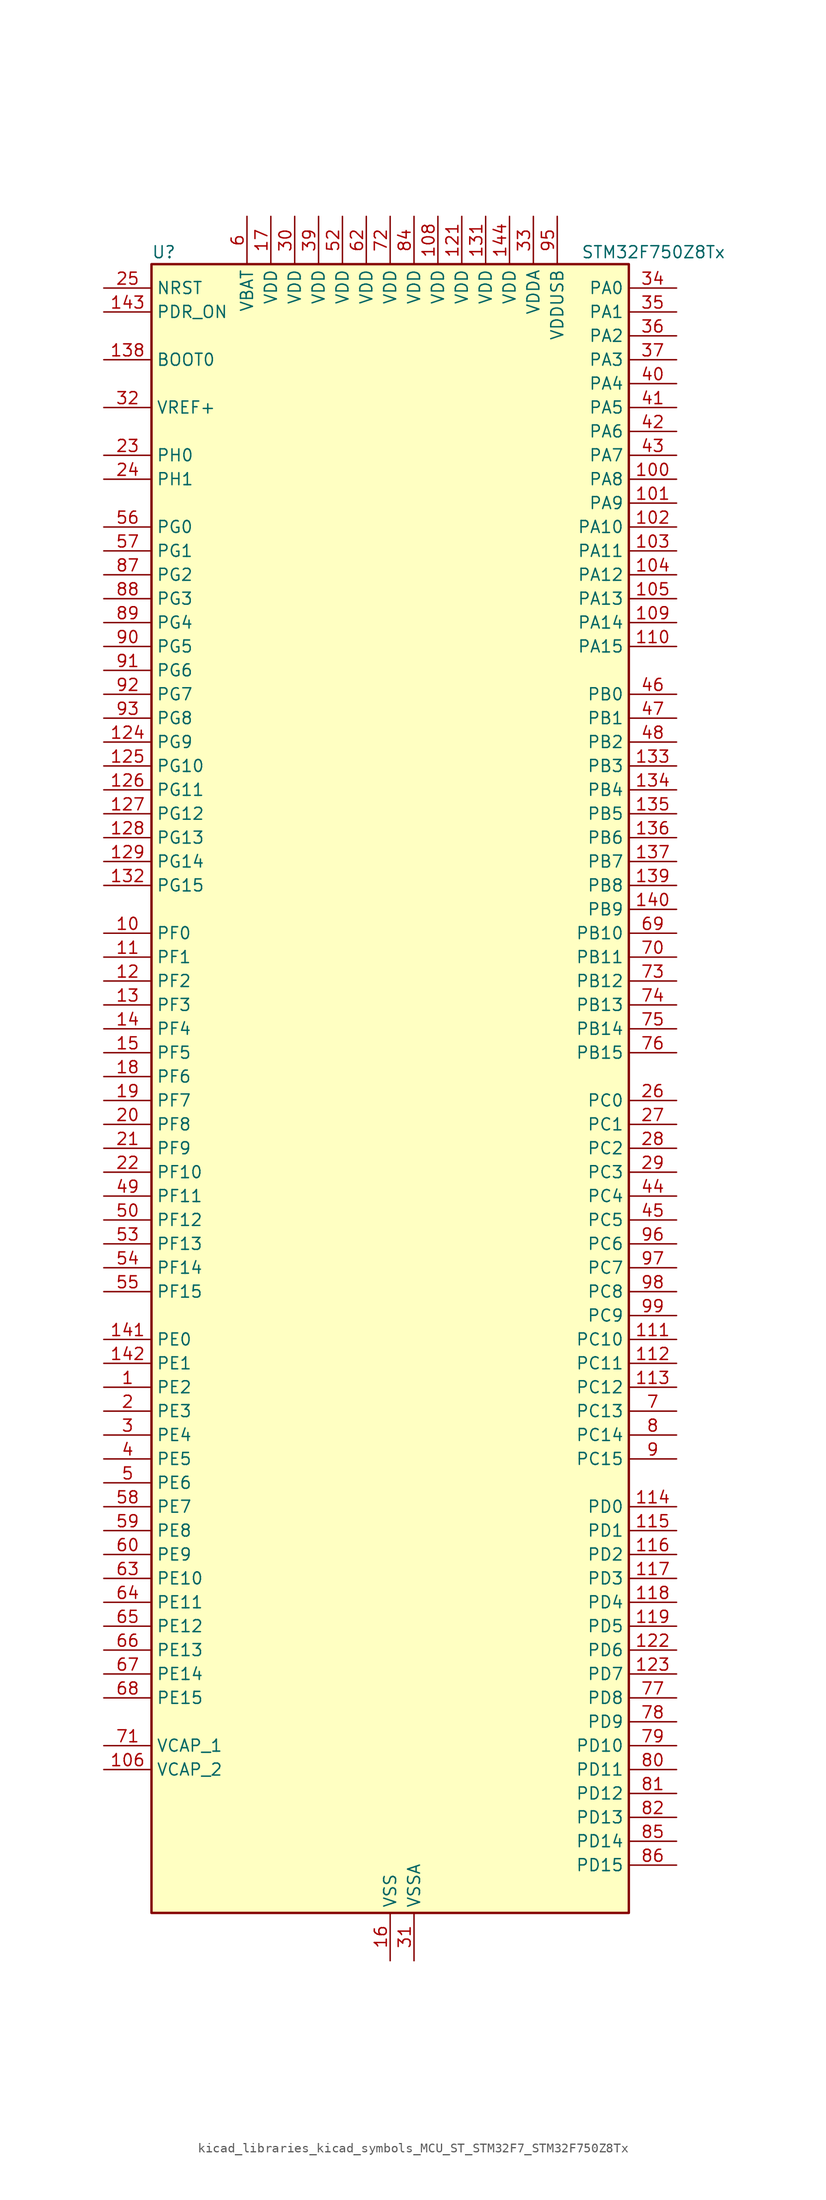
<source format=kicad_sym>
(kicad_symbol_lib
  (version 20220914)
  (generator kicad_symbol_editor)
  (symbol "kicad_libraries_kicad_symbols_MCU_ST_STM32F7_STM32F750Z8Tx"
    (property "Reference" "U"
      (at -25.4 90.17 0)
      (effects (font (size 1.27 1.27)) (justify left)))
    (property "Value" "STM32F750Z8Tx"
      (at 20.32 90.17 0)
      (effects (font (size 1.27 1.27)) (justify left)))
    (property "ki_locked" ""
      (at 0 0 0)
      (effects (font (size 1.27 1.27))))
    (symbol "kicad_libraries_kicad_symbols_MCU_ST_STM32F7_STM32F750Z8Tx_0_1"
      (rectangle (start -25.4 -86.36) (end 25.4 88.9) (stroke (width 0.254) (type default)) (fill (type background))))
    (symbol "kicad_libraries_kicad_symbols_MCU_ST_STM32F7_STM32F750Z8Tx_1_1"
      (pin bidirectional line (at -30.48 -30.48 0) (length 5.08) (name "PE2" (effects (font (size 1.27 1.27)))) (number "1" (effects (font (size 1.27 1.27)))) (alternate "ETH_TXD3" bidirectional line) (alternate "FMC_A23" bidirectional line) (alternate "QUADSPI_BK1_IO2" bidirectional line) (alternate "SAI1_MCLK_A" bidirectional line) (alternate "SPI4_SCK" bidirectional line) (alternate "SYS_TRACECLK" bidirectional line))
      (pin bidirectional line (at -30.48 17.78 0) (length 5.08) (name "PF0" (effects (font (size 1.27 1.27)))) (number "10" (effects (font (size 1.27 1.27)))) (alternate "FMC_A0" bidirectional line) (alternate "I2C2_SDA" bidirectional line))
      (pin bidirectional line (at 30.48 66.04 180) (length 5.08) (name "PA8" (effects (font (size 1.27 1.27)))) (number "100" (effects (font (size 1.27 1.27)))) (alternate "I2C3_SCL" bidirectional line) (alternate "LTDC_R6" bidirectional line) (alternate "RCC_MCO_1" bidirectional line) (alternate "TIM1_CH1" bidirectional line) (alternate "TIM8_BKIN2" bidirectional line) (alternate "USART1_CK" bidirectional line) (alternate "USB_OTG_FS_SOF" bidirectional line))
      (pin bidirectional line (at 30.48 63.5 180) (length 5.08) (name "PA9" (effects (font (size 1.27 1.27)))) (number "101" (effects (font (size 1.27 1.27)))) (alternate "DAC_EXTI9" bidirectional line) (alternate "DCMI_D0" bidirectional line) (alternate "I2C3_SMBA" bidirectional line) (alternate "I2S2_CK" bidirectional line) (alternate "SPI2_SCK" bidirectional line) (alternate "TIM1_CH2" bidirectional line) (alternate "USART1_TX" bidirectional line) (alternate "USB_OTG_FS_VBUS" bidirectional line))
      (pin bidirectional line (at 30.48 60.96 180) (length 5.08) (name "PA10" (effects (font (size 1.27 1.27)))) (number "102" (effects (font (size 1.27 1.27)))) (alternate "DCMI_D1" bidirectional line) (alternate "TIM1_CH3" bidirectional line) (alternate "USART1_RX" bidirectional line) (alternate "USB_OTG_FS_ID" bidirectional line))
      (pin bidirectional line (at 30.48 58.42 180) (length 5.08) (name "PA11" (effects (font (size 1.27 1.27)))) (number "103" (effects (font (size 1.27 1.27)))) (alternate "ADC1_EXTI11" bidirectional line) (alternate "ADC2_EXTI11" bidirectional line) (alternate "ADC3_EXTI11" bidirectional line) (alternate "CAN1_RX" bidirectional line) (alternate "LTDC_R4" bidirectional line) (alternate "TIM1_CH4" bidirectional line) (alternate "USART1_CTS" bidirectional line) (alternate "USB_OTG_FS_DM" bidirectional line))
      (pin bidirectional line (at 30.48 55.88 180) (length 5.08) (name "PA12" (effects (font (size 1.27 1.27)))) (number "104" (effects (font (size 1.27 1.27)))) (alternate "CAN1_TX" bidirectional line) (alternate "LTDC_R5" bidirectional line) (alternate "SAI2_FS_B" bidirectional line) (alternate "TIM1_ETR" bidirectional line) (alternate "USART1_DE" bidirectional line) (alternate "USART1_RTS" bidirectional line) (alternate "USB_OTG_FS_DP" bidirectional line))
      (pin bidirectional line (at 30.48 53.34 180) (length 5.08) (name "PA13" (effects (font (size 1.27 1.27)))) (number "105" (effects (font (size 1.27 1.27)))) (alternate "SYS_JTMS-SWDIO" bidirectional line))
      (pin power_out line (at -30.48 -71.12 0) (length 5.08) (name "VCAP_2" (effects (font (size 1.27 1.27)))) (number "106" (effects (font (size 1.27 1.27)))))
      (pin passive line (at 0 -91.44 90) (length 5.08) hide (name "VSS" (effects (font (size 1.27 1.27)))) (number "107" (effects (font (size 1.27 1.27)))))
      (pin power_in line (at 5.08 93.98 270) (length 5.08) (name "VDD" (effects (font (size 1.27 1.27)))) (number "108" (effects (font (size 1.27 1.27)))))
      (pin bidirectional line (at 30.48 50.8 180) (length 5.08) (name "PA14" (effects (font (size 1.27 1.27)))) (number "109" (effects (font (size 1.27 1.27)))) (alternate "SYS_JTCK-SWCLK" bidirectional line))
      (pin bidirectional line (at -30.48 15.24 0) (length 5.08) (name "PF1" (effects (font (size 1.27 1.27)))) (number "11" (effects (font (size 1.27 1.27)))) (alternate "FMC_A1" bidirectional line) (alternate "I2C2_SCL" bidirectional line))
      (pin bidirectional line (at 30.48 48.26 180) (length 5.08) (name "PA15" (effects (font (size 1.27 1.27)))) (number "110" (effects (font (size 1.27 1.27)))) (alternate "CEC" bidirectional line) (alternate "I2S1_WS" bidirectional line) (alternate "I2S3_WS" bidirectional line) (alternate "SPI1_NSS" bidirectional line) (alternate "SPI3_NSS" bidirectional line) (alternate "SYS_JTDI" bidirectional line) (alternate "TIM2_CH1" bidirectional line) (alternate "TIM2_ETR" bidirectional line) (alternate "UART4_DE" bidirectional line) (alternate "UART4_RTS" bidirectional line))
      (pin bidirectional line (at 30.48 -25.4 180) (length 5.08) (name "PC10" (effects (font (size 1.27 1.27)))) (number "111" (effects (font (size 1.27 1.27)))) (alternate "DCMI_D8" bidirectional line) (alternate "I2S3_CK" bidirectional line) (alternate "LTDC_R2" bidirectional line) (alternate "QUADSPI_BK1_IO1" bidirectional line) (alternate "SDMMC1_D2" bidirectional line) (alternate "SPI3_SCK" bidirectional line) (alternate "UART4_TX" bidirectional line) (alternate "USART3_TX" bidirectional line))
      (pin bidirectional line (at 30.48 -27.94 180) (length 5.08) (name "PC11" (effects (font (size 1.27 1.27)))) (number "112" (effects (font (size 1.27 1.27)))) (alternate "ADC1_EXTI11" bidirectional line) (alternate "ADC2_EXTI11" bidirectional line) (alternate "ADC3_EXTI11" bidirectional line) (alternate "DCMI_D4" bidirectional line) (alternate "QUADSPI_BK2_NCS" bidirectional line) (alternate "SDMMC1_D3" bidirectional line) (alternate "SPI3_MISO" bidirectional line) (alternate "UART4_RX" bidirectional line) (alternate "USART3_RX" bidirectional line))
      (pin bidirectional line (at 30.48 -30.48 180) (length 5.08) (name "PC12" (effects (font (size 1.27 1.27)))) (number "113" (effects (font (size 1.27 1.27)))) (alternate "DCMI_D9" bidirectional line) (alternate "I2S3_SD" bidirectional line) (alternate "SDMMC1_CK" bidirectional line) (alternate "SPI3_MOSI" bidirectional line) (alternate "SYS_TRACED3" bidirectional line) (alternate "UART5_TX" bidirectional line) (alternate "USART3_CK" bidirectional line))
      (pin bidirectional line (at 30.48 -43.18 180) (length 5.08) (name "PD0" (effects (font (size 1.27 1.27)))) (number "114" (effects (font (size 1.27 1.27)))) (alternate "CAN1_RX" bidirectional line) (alternate "FMC_D2" bidirectional line) (alternate "FMC_DA2" bidirectional line))
      (pin bidirectional line (at 30.48 -45.72 180) (length 5.08) (name "PD1" (effects (font (size 1.27 1.27)))) (number "115" (effects (font (size 1.27 1.27)))) (alternate "CAN1_TX" bidirectional line) (alternate "FMC_D3" bidirectional line) (alternate "FMC_DA3" bidirectional line))
      (pin bidirectional line (at 30.48 -48.26 180) (length 5.08) (name "PD2" (effects (font (size 1.27 1.27)))) (number "116" (effects (font (size 1.27 1.27)))) (alternate "DCMI_D11" bidirectional line) (alternate "SDMMC1_CMD" bidirectional line) (alternate "SYS_TRACED2" bidirectional line) (alternate "TIM3_ETR" bidirectional line) (alternate "UART5_RX" bidirectional line))
      (pin bidirectional line (at 30.48 -50.8 180) (length 5.08) (name "PD3" (effects (font (size 1.27 1.27)))) (number "117" (effects (font (size 1.27 1.27)))) (alternate "DCMI_D5" bidirectional line) (alternate "FMC_CLK" bidirectional line) (alternate "I2S2_CK" bidirectional line) (alternate "LTDC_G7" bidirectional line) (alternate "SPI2_SCK" bidirectional line) (alternate "USART2_CTS" bidirectional line))
      (pin bidirectional line (at 30.48 -53.34 180) (length 5.08) (name "PD4" (effects (font (size 1.27 1.27)))) (number "118" (effects (font (size 1.27 1.27)))) (alternate "FMC_NOE" bidirectional line) (alternate "USART2_DE" bidirectional line) (alternate "USART2_RTS" bidirectional line))
      (pin bidirectional line (at 30.48 -55.88 180) (length 5.08) (name "PD5" (effects (font (size 1.27 1.27)))) (number "119" (effects (font (size 1.27 1.27)))) (alternate "FMC_NWE" bidirectional line) (alternate "USART2_TX" bidirectional line))
      (pin bidirectional line (at -30.48 12.7 0) (length 5.08) (name "PF2" (effects (font (size 1.27 1.27)))) (number "12" (effects (font (size 1.27 1.27)))) (alternate "FMC_A2" bidirectional line) (alternate "I2C2_SMBA" bidirectional line))
      (pin passive line (at 0 -91.44 90) (length 5.08) hide (name "VSS" (effects (font (size 1.27 1.27)))) (number "120" (effects (font (size 1.27 1.27)))))
      (pin power_in line (at 7.62 93.98 270) (length 5.08) (name "VDD" (effects (font (size 1.27 1.27)))) (number "121" (effects (font (size 1.27 1.27)))))
      (pin bidirectional line (at 30.48 -58.42 180) (length 5.08) (name "PD6" (effects (font (size 1.27 1.27)))) (number "122" (effects (font (size 1.27 1.27)))) (alternate "DCMI_D10" bidirectional line) (alternate "FMC_NWAIT" bidirectional line) (alternate "I2S3_SD" bidirectional line) (alternate "LTDC_B2" bidirectional line) (alternate "SAI1_SD_A" bidirectional line) (alternate "SPI3_MOSI" bidirectional line) (alternate "USART2_RX" bidirectional line))
      (pin bidirectional line (at 30.48 -60.96 180) (length 5.08) (name "PD7" (effects (font (size 1.27 1.27)))) (number "123" (effects (font (size 1.27 1.27)))) (alternate "FMC_NE1" bidirectional line) (alternate "SPDIFRX_IN0" bidirectional line) (alternate "USART2_CK" bidirectional line))
      (pin bidirectional line (at -30.48 38.1 0) (length 5.08) (name "PG9" (effects (font (size 1.27 1.27)))) (number "124" (effects (font (size 1.27 1.27)))) (alternate "DAC_EXTI9" bidirectional line) (alternate "DCMI_VSYNC" bidirectional line) (alternate "FMC_NCE" bidirectional line) (alternate "FMC_NE2" bidirectional line) (alternate "QUADSPI_BK2_IO2" bidirectional line) (alternate "SAI2_FS_B" bidirectional line) (alternate "SPDIFRX_IN3" bidirectional line) (alternate "USART6_RX" bidirectional line))
      (pin bidirectional line (at -30.48 35.56 0) (length 5.08) (name "PG10" (effects (font (size 1.27 1.27)))) (number "125" (effects (font (size 1.27 1.27)))) (alternate "DCMI_D2" bidirectional line) (alternate "FMC_NE3" bidirectional line) (alternate "LTDC_B2" bidirectional line) (alternate "LTDC_G3" bidirectional line) (alternate "SAI2_SD_B" bidirectional line))
      (pin bidirectional line (at -30.48 33.02 0) (length 5.08) (name "PG11" (effects (font (size 1.27 1.27)))) (number "126" (effects (font (size 1.27 1.27)))) (alternate "ADC1_EXTI11" bidirectional line) (alternate "ADC2_EXTI11" bidirectional line) (alternate "ADC3_EXTI11" bidirectional line) (alternate "DCMI_D3" bidirectional line) (alternate "ETH_TX_EN" bidirectional line) (alternate "LTDC_B3" bidirectional line) (alternate "SPDIFRX_IN0" bidirectional line))
      (pin bidirectional line (at -30.48 30.48 0) (length 5.08) (name "PG12" (effects (font (size 1.27 1.27)))) (number "127" (effects (font (size 1.27 1.27)))) (alternate "FMC_NE4" bidirectional line) (alternate "LPTIM1_IN1" bidirectional line) (alternate "LTDC_B1" bidirectional line) (alternate "LTDC_B4" bidirectional line) (alternate "SPDIFRX_IN1" bidirectional line) (alternate "SPI6_MISO" bidirectional line) (alternate "USART6_DE" bidirectional line) (alternate "USART6_RTS" bidirectional line))
      (pin bidirectional line (at -30.48 27.94 0) (length 5.08) (name "PG13" (effects (font (size 1.27 1.27)))) (number "128" (effects (font (size 1.27 1.27)))) (alternate "ETH_TXD0" bidirectional line) (alternate "FMC_A24" bidirectional line) (alternate "LPTIM1_OUT" bidirectional line) (alternate "LTDC_R0" bidirectional line) (alternate "SPI6_SCK" bidirectional line) (alternate "SYS_TRACED0" bidirectional line) (alternate "USART6_CTS" bidirectional line))
      (pin bidirectional line (at -30.48 25.4 0) (length 5.08) (name "PG14" (effects (font (size 1.27 1.27)))) (number "129" (effects (font (size 1.27 1.27)))) (alternate "ETH_TXD1" bidirectional line) (alternate "FMC_A25" bidirectional line) (alternate "LPTIM1_ETR" bidirectional line) (alternate "LTDC_B0" bidirectional line) (alternate "QUADSPI_BK2_IO3" bidirectional line) (alternate "SPI6_MOSI" bidirectional line) (alternate "SYS_TRACED1" bidirectional line) (alternate "USART6_TX" bidirectional line))
      (pin bidirectional line (at -30.48 10.16 0) (length 5.08) (name "PF3" (effects (font (size 1.27 1.27)))) (number "13" (effects (font (size 1.27 1.27)))) (alternate "ADC3_IN9" bidirectional line) (alternate "FMC_A3" bidirectional line))
      (pin passive line (at 0 -91.44 90) (length 5.08) hide (name "VSS" (effects (font (size 1.27 1.27)))) (number "130" (effects (font (size 1.27 1.27)))))
      (pin power_in line (at 10.16 93.98 270) (length 5.08) (name "VDD" (effects (font (size 1.27 1.27)))) (number "131" (effects (font (size 1.27 1.27)))))
      (pin bidirectional line (at -30.48 22.86 0) (length 5.08) (name "PG15" (effects (font (size 1.27 1.27)))) (number "132" (effects (font (size 1.27 1.27)))) (alternate "DCMI_D13" bidirectional line) (alternate "FMC_SDNCAS" bidirectional line) (alternate "USART6_CTS" bidirectional line))
      (pin bidirectional line (at 30.48 35.56 180) (length 5.08) (name "PB3" (effects (font (size 1.27 1.27)))) (number "133" (effects (font (size 1.27 1.27)))) (alternate "I2S1_CK" bidirectional line) (alternate "I2S3_CK" bidirectional line) (alternate "SPI1_SCK" bidirectional line) (alternate "SPI3_SCK" bidirectional line) (alternate "SYS_JTDO-SWO" bidirectional line) (alternate "TIM2_CH2" bidirectional line))
      (pin bidirectional line (at 30.48 33.02 180) (length 5.08) (name "PB4" (effects (font (size 1.27 1.27)))) (number "134" (effects (font (size 1.27 1.27)))) (alternate "I2S2_WS" bidirectional line) (alternate "SPI1_MISO" bidirectional line) (alternate "SPI2_NSS" bidirectional line) (alternate "SPI3_MISO" bidirectional line) (alternate "SYS_JTRST" bidirectional line) (alternate "TIM3_CH1" bidirectional line))
      (pin bidirectional line (at 30.48 30.48 180) (length 5.08) (name "PB5" (effects (font (size 1.27 1.27)))) (number "135" (effects (font (size 1.27 1.27)))) (alternate "CAN2_RX" bidirectional line) (alternate "DCMI_D10" bidirectional line) (alternate "ETH_PPS_OUT" bidirectional line) (alternate "FMC_SDCKE1" bidirectional line) (alternate "I2C1_SMBA" bidirectional line) (alternate "I2S1_SD" bidirectional line) (alternate "I2S3_SD" bidirectional line) (alternate "SPI1_MOSI" bidirectional line) (alternate "SPI3_MOSI" bidirectional line) (alternate "TIM3_CH2" bidirectional line) (alternate "USB_OTG_HS_ULPI_D7" bidirectional line))
      (pin bidirectional line (at 30.48 27.94 180) (length 5.08) (name "PB6" (effects (font (size 1.27 1.27)))) (number "136" (effects (font (size 1.27 1.27)))) (alternate "CAN2_TX" bidirectional line) (alternate "CEC" bidirectional line) (alternate "DCMI_D5" bidirectional line) (alternate "FMC_SDNE1" bidirectional line) (alternate "I2C1_SCL" bidirectional line) (alternate "QUADSPI_BK1_NCS" bidirectional line) (alternate "TIM4_CH1" bidirectional line) (alternate "USART1_TX" bidirectional line))
      (pin bidirectional line (at 30.48 25.4 180) (length 5.08) (name "PB7" (effects (font (size 1.27 1.27)))) (number "137" (effects (font (size 1.27 1.27)))) (alternate "DCMI_VSYNC" bidirectional line) (alternate "FMC_NL" bidirectional line) (alternate "I2C1_SDA" bidirectional line) (alternate "TIM4_CH2" bidirectional line) (alternate "USART1_RX" bidirectional line))
      (pin input line (at -30.48 78.74 0) (length 5.08) (name "BOOT0" (effects (font (size 1.27 1.27)))) (number "138" (effects (font (size 1.27 1.27)))))
      (pin bidirectional line (at 30.48 22.86 180) (length 5.08) (name "PB8" (effects (font (size 1.27 1.27)))) (number "139" (effects (font (size 1.27 1.27)))) (alternate "CAN1_RX" bidirectional line) (alternate "DCMI_D6" bidirectional line) (alternate "ETH_TXD3" bidirectional line) (alternate "I2C1_SCL" bidirectional line) (alternate "LTDC_B6" bidirectional line) (alternate "SDMMC1_D4" bidirectional line) (alternate "TIM10_CH1" bidirectional line) (alternate "TIM4_CH3" bidirectional line))
      (pin bidirectional line (at -30.48 7.62 0) (length 5.08) (name "PF4" (effects (font (size 1.27 1.27)))) (number "14" (effects (font (size 1.27 1.27)))) (alternate "ADC3_IN14" bidirectional line) (alternate "FMC_A4" bidirectional line))
      (pin bidirectional line (at 30.48 20.32 180) (length 5.08) (name "PB9" (effects (font (size 1.27 1.27)))) (number "140" (effects (font (size 1.27 1.27)))) (alternate "CAN1_TX" bidirectional line) (alternate "DAC_EXTI9" bidirectional line) (alternate "DCMI_D7" bidirectional line) (alternate "I2C1_SDA" bidirectional line) (alternate "I2S2_WS" bidirectional line) (alternate "LTDC_B7" bidirectional line) (alternate "SDMMC1_D5" bidirectional line) (alternate "SPI2_NSS" bidirectional line) (alternate "TIM11_CH1" bidirectional line) (alternate "TIM4_CH4" bidirectional line))
      (pin bidirectional line (at -30.48 -25.4 0) (length 5.08) (name "PE0" (effects (font (size 1.27 1.27)))) (number "141" (effects (font (size 1.27 1.27)))) (alternate "DCMI_D2" bidirectional line) (alternate "FMC_NBL0" bidirectional line) (alternate "LPTIM1_ETR" bidirectional line) (alternate "SAI2_MCLK_A" bidirectional line) (alternate "TIM4_ETR" bidirectional line) (alternate "UART8_RX" bidirectional line))
      (pin bidirectional line (at -30.48 -27.94 0) (length 5.08) (name "PE1" (effects (font (size 1.27 1.27)))) (number "142" (effects (font (size 1.27 1.27)))) (alternate "DCMI_D3" bidirectional line) (alternate "FMC_NBL1" bidirectional line) (alternate "LPTIM1_IN2" bidirectional line) (alternate "UART8_TX" bidirectional line))
      (pin input line (at -30.48 83.82 0) (length 5.08) (name "PDR_ON" (effects (font (size 1.27 1.27)))) (number "143" (effects (font (size 1.27 1.27)))))
      (pin power_in line (at 12.7 93.98 270) (length 5.08) (name "VDD" (effects (font (size 1.27 1.27)))) (number "144" (effects (font (size 1.27 1.27)))))
      (pin bidirectional line (at -30.48 5.08 0) (length 5.08) (name "PF5" (effects (font (size 1.27 1.27)))) (number "15" (effects (font (size 1.27 1.27)))) (alternate "ADC3_IN15" bidirectional line) (alternate "FMC_A5" bidirectional line))
      (pin power_in line (at 0 -91.44 90) (length 5.08) (name "VSS" (effects (font (size 1.27 1.27)))) (number "16" (effects (font (size 1.27 1.27)))))
      (pin power_in line (at -12.7 93.98 270) (length 5.08) (name "VDD" (effects (font (size 1.27 1.27)))) (number "17" (effects (font (size 1.27 1.27)))))
      (pin bidirectional line (at -30.48 2.54 0) (length 5.08) (name "PF6" (effects (font (size 1.27 1.27)))) (number "18" (effects (font (size 1.27 1.27)))) (alternate "ADC3_IN4" bidirectional line) (alternate "QUADSPI_BK1_IO3" bidirectional line) (alternate "SAI1_SD_B" bidirectional line) (alternate "SPI5_NSS" bidirectional line) (alternate "TIM10_CH1" bidirectional line) (alternate "UART7_RX" bidirectional line))
      (pin bidirectional line (at -30.48 0 0) (length 5.08) (name "PF7" (effects (font (size 1.27 1.27)))) (number "19" (effects (font (size 1.27 1.27)))) (alternate "ADC3_IN5" bidirectional line) (alternate "QUADSPI_BK1_IO2" bidirectional line) (alternate "SAI1_MCLK_B" bidirectional line) (alternate "SPI5_SCK" bidirectional line) (alternate "TIM11_CH1" bidirectional line) (alternate "UART7_TX" bidirectional line))
      (pin bidirectional line (at -30.48 -33.02 0) (length 5.08) (name "PE3" (effects (font (size 1.27 1.27)))) (number "2" (effects (font (size 1.27 1.27)))) (alternate "FMC_A19" bidirectional line) (alternate "SAI1_SD_B" bidirectional line) (alternate "SYS_TRACED0" bidirectional line))
      (pin bidirectional line (at -30.48 -2.54 0) (length 5.08) (name "PF8" (effects (font (size 1.27 1.27)))) (number "20" (effects (font (size 1.27 1.27)))) (alternate "ADC3_IN6" bidirectional line) (alternate "QUADSPI_BK1_IO0" bidirectional line) (alternate "SAI1_SCK_B" bidirectional line) (alternate "SPI5_MISO" bidirectional line) (alternate "TIM13_CH1" bidirectional line) (alternate "UART7_DE" bidirectional line) (alternate "UART7_RTS" bidirectional line))
      (pin bidirectional line (at -30.48 -5.08 0) (length 5.08) (name "PF9" (effects (font (size 1.27 1.27)))) (number "21" (effects (font (size 1.27 1.27)))) (alternate "ADC3_IN7" bidirectional line) (alternate "DAC_EXTI9" bidirectional line) (alternate "QUADSPI_BK1_IO1" bidirectional line) (alternate "SAI1_FS_B" bidirectional line) (alternate "SPI5_MOSI" bidirectional line) (alternate "TIM14_CH1" bidirectional line) (alternate "UART7_CTS" bidirectional line))
      (pin bidirectional line (at -30.48 -7.62 0) (length 5.08) (name "PF10" (effects (font (size 1.27 1.27)))) (number "22" (effects (font (size 1.27 1.27)))) (alternate "ADC3_IN8" bidirectional line) (alternate "DCMI_D11" bidirectional line) (alternate "LTDC_DE" bidirectional line))
      (pin bidirectional line (at -30.48 68.58 0) (length 5.08) (name "PH0" (effects (font (size 1.27 1.27)))) (number "23" (effects (font (size 1.27 1.27)))) (alternate "RCC_OSC_IN" bidirectional line))
      (pin bidirectional line (at -30.48 66.04 0) (length 5.08) (name "PH1" (effects (font (size 1.27 1.27)))) (number "24" (effects (font (size 1.27 1.27)))) (alternate "RCC_OSC_OUT" bidirectional line))
      (pin input line (at -30.48 86.36 0) (length 5.08) (name "NRST" (effects (font (size 1.27 1.27)))) (number "25" (effects (font (size 1.27 1.27)))))
      (pin bidirectional line (at 30.48 0 180) (length 5.08) (name "PC0" (effects (font (size 1.27 1.27)))) (number "26" (effects (font (size 1.27 1.27)))) (alternate "ADC1_IN10" bidirectional line) (alternate "ADC2_IN10" bidirectional line) (alternate "ADC3_IN10" bidirectional line) (alternate "FMC_SDNWE" bidirectional line) (alternate "LTDC_R5" bidirectional line) (alternate "SAI2_FS_B" bidirectional line) (alternate "USB_OTG_HS_ULPI_STP" bidirectional line))
      (pin bidirectional line (at 30.48 -2.54 180) (length 5.08) (name "PC1" (effects (font (size 1.27 1.27)))) (number "27" (effects (font (size 1.27 1.27)))) (alternate "ADC1_IN11" bidirectional line) (alternate "ADC2_IN11" bidirectional line) (alternate "ADC3_IN11" bidirectional line) (alternate "ETH_MDC" bidirectional line) (alternate "I2S2_SD" bidirectional line) (alternate "RTC_TAMP3" bidirectional line) (alternate "RTC_TS" bidirectional line) (alternate "SAI1_SD_A" bidirectional line) (alternate "SPI2_MOSI" bidirectional line) (alternate "SYS_TRACED0" bidirectional line) (alternate "SYS_WKUP3" bidirectional line))
      (pin bidirectional line (at 30.48 -5.08 180) (length 5.08) (name "PC2" (effects (font (size 1.27 1.27)))) (number "28" (effects (font (size 1.27 1.27)))) (alternate "ADC1_IN12" bidirectional line) (alternate "ADC2_IN12" bidirectional line) (alternate "ADC3_IN12" bidirectional line) (alternate "ETH_TXD2" bidirectional line) (alternate "FMC_SDNE0" bidirectional line) (alternate "SPI2_MISO" bidirectional line) (alternate "USB_OTG_HS_ULPI_DIR" bidirectional line))
      (pin bidirectional line (at 30.48 -7.62 180) (length 5.08) (name "PC3" (effects (font (size 1.27 1.27)))) (number "29" (effects (font (size 1.27 1.27)))) (alternate "ADC1_IN13" bidirectional line) (alternate "ADC2_IN13" bidirectional line) (alternate "ADC3_IN13" bidirectional line) (alternate "ETH_TX_CLK" bidirectional line) (alternate "FMC_SDCKE0" bidirectional line) (alternate "I2S2_SD" bidirectional line) (alternate "SPI2_MOSI" bidirectional line) (alternate "USB_OTG_HS_ULPI_NXT" bidirectional line))
      (pin bidirectional line (at -30.48 -35.56 0) (length 5.08) (name "PE4" (effects (font (size 1.27 1.27)))) (number "3" (effects (font (size 1.27 1.27)))) (alternate "DCMI_D4" bidirectional line) (alternate "FMC_A20" bidirectional line) (alternate "LTDC_B0" bidirectional line) (alternate "SAI1_FS_A" bidirectional line) (alternate "SPI4_NSS" bidirectional line) (alternate "SYS_TRACED1" bidirectional line))
      (pin power_in line (at -10.16 93.98 270) (length 5.08) (name "VDD" (effects (font (size 1.27 1.27)))) (number "30" (effects (font (size 1.27 1.27)))))
      (pin power_in line (at 2.54 -91.44 90) (length 5.08) (name "VSSA" (effects (font (size 1.27 1.27)))) (number "31" (effects (font (size 1.27 1.27)))))
      (pin input line (at -30.48 73.66 0) (length 5.08) (name "VREF+" (effects (font (size 1.27 1.27)))) (number "32" (effects (font (size 1.27 1.27)))))
      (pin power_in line (at 15.24 93.98 270) (length 5.08) (name "VDDA" (effects (font (size 1.27 1.27)))) (number "33" (effects (font (size 1.27 1.27)))))
      (pin bidirectional line (at 30.48 86.36 180) (length 5.08) (name "PA0" (effects (font (size 1.27 1.27)))) (number "34" (effects (font (size 1.27 1.27)))) (alternate "ADC1_IN0" bidirectional line) (alternate "ADC2_IN0" bidirectional line) (alternate "ADC3_IN0" bidirectional line) (alternate "ETH_CRS" bidirectional line) (alternate "SAI2_SD_B" bidirectional line) (alternate "SYS_WKUP1" bidirectional line) (alternate "TIM2_CH1" bidirectional line) (alternate "TIM2_ETR" bidirectional line) (alternate "TIM5_CH1" bidirectional line) (alternate "TIM8_ETR" bidirectional line) (alternate "UART4_TX" bidirectional line) (alternate "USART2_CTS" bidirectional line))
      (pin bidirectional line (at 30.48 83.82 180) (length 5.08) (name "PA1" (effects (font (size 1.27 1.27)))) (number "35" (effects (font (size 1.27 1.27)))) (alternate "ADC1_IN1" bidirectional line) (alternate "ADC2_IN1" bidirectional line) (alternate "ADC3_IN1" bidirectional line) (alternate "ETH_REF_CLK" bidirectional line) (alternate "ETH_RX_CLK" bidirectional line) (alternate "LTDC_R2" bidirectional line) (alternate "QUADSPI_BK1_IO3" bidirectional line) (alternate "SAI2_MCLK_B" bidirectional line) (alternate "TIM2_CH2" bidirectional line) (alternate "TIM5_CH2" bidirectional line) (alternate "UART4_RX" bidirectional line) (alternate "USART2_DE" bidirectional line) (alternate "USART2_RTS" bidirectional line))
      (pin bidirectional line (at 30.48 81.28 180) (length 5.08) (name "PA2" (effects (font (size 1.27 1.27)))) (number "36" (effects (font (size 1.27 1.27)))) (alternate "ADC1_IN2" bidirectional line) (alternate "ADC2_IN2" bidirectional line) (alternate "ADC3_IN2" bidirectional line) (alternate "ETH_MDIO" bidirectional line) (alternate "LTDC_R1" bidirectional line) (alternate "SAI2_SCK_B" bidirectional line) (alternate "SYS_WKUP2" bidirectional line) (alternate "TIM2_CH3" bidirectional line) (alternate "TIM5_CH3" bidirectional line) (alternate "TIM9_CH1" bidirectional line) (alternate "USART2_TX" bidirectional line))
      (pin bidirectional line (at 30.48 78.74 180) (length 5.08) (name "PA3" (effects (font (size 1.27 1.27)))) (number "37" (effects (font (size 1.27 1.27)))) (alternate "ADC1_IN3" bidirectional line) (alternate "ADC2_IN3" bidirectional line) (alternate "ADC3_IN3" bidirectional line) (alternate "ETH_COL" bidirectional line) (alternate "LTDC_B5" bidirectional line) (alternate "TIM2_CH4" bidirectional line) (alternate "TIM5_CH4" bidirectional line) (alternate "TIM9_CH2" bidirectional line) (alternate "USART2_RX" bidirectional line) (alternate "USB_OTG_HS_ULPI_D0" bidirectional line))
      (pin passive line (at 0 -91.44 90) (length 5.08) hide (name "VSS" (effects (font (size 1.27 1.27)))) (number "38" (effects (font (size 1.27 1.27)))))
      (pin power_in line (at -7.62 93.98 270) (length 5.08) (name "VDD" (effects (font (size 1.27 1.27)))) (number "39" (effects (font (size 1.27 1.27)))))
      (pin bidirectional line (at -30.48 -38.1 0) (length 5.08) (name "PE5" (effects (font (size 1.27 1.27)))) (number "4" (effects (font (size 1.27 1.27)))) (alternate "DCMI_D6" bidirectional line) (alternate "FMC_A21" bidirectional line) (alternate "LTDC_G0" bidirectional line) (alternate "SAI1_SCK_A" bidirectional line) (alternate "SPI4_MISO" bidirectional line) (alternate "SYS_TRACED2" bidirectional line) (alternate "TIM9_CH1" bidirectional line))
      (pin bidirectional line (at 30.48 76.2 180) (length 5.08) (name "PA4" (effects (font (size 1.27 1.27)))) (number "40" (effects (font (size 1.27 1.27)))) (alternate "ADC1_IN4" bidirectional line) (alternate "ADC2_IN4" bidirectional line) (alternate "DAC_OUT1" bidirectional line) (alternate "DCMI_HSYNC" bidirectional line) (alternate "I2S1_WS" bidirectional line) (alternate "I2S3_WS" bidirectional line) (alternate "LTDC_VSYNC" bidirectional line) (alternate "SPI1_NSS" bidirectional line) (alternate "SPI3_NSS" bidirectional line) (alternate "USART2_CK" bidirectional line) (alternate "USB_OTG_HS_SOF" bidirectional line))
      (pin bidirectional line (at 30.48 73.66 180) (length 5.08) (name "PA5" (effects (font (size 1.27 1.27)))) (number "41" (effects (font (size 1.27 1.27)))) (alternate "ADC1_IN5" bidirectional line) (alternate "ADC2_IN5" bidirectional line) (alternate "DAC_OUT2" bidirectional line) (alternate "I2S1_CK" bidirectional line) (alternate "LTDC_R4" bidirectional line) (alternate "SPI1_SCK" bidirectional line) (alternate "TIM2_CH1" bidirectional line) (alternate "TIM2_ETR" bidirectional line) (alternate "TIM8_CH1N" bidirectional line) (alternate "USB_OTG_HS_ULPI_CK" bidirectional line))
      (pin bidirectional line (at 30.48 71.12 180) (length 5.08) (name "PA6" (effects (font (size 1.27 1.27)))) (number "42" (effects (font (size 1.27 1.27)))) (alternate "ADC1_IN6" bidirectional line) (alternate "ADC2_IN6" bidirectional line) (alternate "DCMI_PIXCLK" bidirectional line) (alternate "LTDC_G2" bidirectional line) (alternate "SPI1_MISO" bidirectional line) (alternate "TIM13_CH1" bidirectional line) (alternate "TIM1_BKIN" bidirectional line) (alternate "TIM3_CH1" bidirectional line) (alternate "TIM8_BKIN" bidirectional line))
      (pin bidirectional line (at 30.48 68.58 180) (length 5.08) (name "PA7" (effects (font (size 1.27 1.27)))) (number "43" (effects (font (size 1.27 1.27)))) (alternate "ADC1_IN7" bidirectional line) (alternate "ADC2_IN7" bidirectional line) (alternate "ETH_CRS_DV" bidirectional line) (alternate "ETH_RX_DV" bidirectional line) (alternate "FMC_SDNWE" bidirectional line) (alternate "I2S1_SD" bidirectional line) (alternate "SPI1_MOSI" bidirectional line) (alternate "TIM14_CH1" bidirectional line) (alternate "TIM1_CH1N" bidirectional line) (alternate "TIM3_CH2" bidirectional line) (alternate "TIM8_CH1N" bidirectional line))
      (pin bidirectional line (at 30.48 -10.16 180) (length 5.08) (name "PC4" (effects (font (size 1.27 1.27)))) (number "44" (effects (font (size 1.27 1.27)))) (alternate "ADC1_IN14" bidirectional line) (alternate "ADC2_IN14" bidirectional line) (alternate "ETH_RXD0" bidirectional line) (alternate "FMC_SDNE0" bidirectional line) (alternate "I2S1_MCK" bidirectional line) (alternate "SPDIFRX_IN2" bidirectional line))
      (pin bidirectional line (at 30.48 -12.7 180) (length 5.08) (name "PC5" (effects (font (size 1.27 1.27)))) (number "45" (effects (font (size 1.27 1.27)))) (alternate "ADC1_IN15" bidirectional line) (alternate "ADC2_IN15" bidirectional line) (alternate "ETH_RXD1" bidirectional line) (alternate "FMC_SDCKE0" bidirectional line) (alternate "SPDIFRX_IN3" bidirectional line))
      (pin bidirectional line (at 30.48 43.18 180) (length 5.08) (name "PB0" (effects (font (size 1.27 1.27)))) (number "46" (effects (font (size 1.27 1.27)))) (alternate "ADC1_IN8" bidirectional line) (alternate "ADC2_IN8" bidirectional line) (alternate "ETH_RXD2" bidirectional line) (alternate "LTDC_R3" bidirectional line) (alternate "TIM1_CH2N" bidirectional line) (alternate "TIM3_CH3" bidirectional line) (alternate "TIM8_CH2N" bidirectional line) (alternate "UART4_CTS" bidirectional line) (alternate "USB_OTG_HS_ULPI_D1" bidirectional line))
      (pin bidirectional line (at 30.48 40.64 180) (length 5.08) (name "PB1" (effects (font (size 1.27 1.27)))) (number "47" (effects (font (size 1.27 1.27)))) (alternate "ADC1_IN9" bidirectional line) (alternate "ADC2_IN9" bidirectional line) (alternate "ETH_RXD3" bidirectional line) (alternate "LTDC_R6" bidirectional line) (alternate "TIM1_CH3N" bidirectional line) (alternate "TIM3_CH4" bidirectional line) (alternate "TIM8_CH3N" bidirectional line) (alternate "USB_OTG_HS_ULPI_D2" bidirectional line))
      (pin bidirectional line (at 30.48 38.1 180) (length 5.08) (name "PB2" (effects (font (size 1.27 1.27)))) (number "48" (effects (font (size 1.27 1.27)))) (alternate "I2S3_SD" bidirectional line) (alternate "QUADSPI_CLK" bidirectional line) (alternate "SAI1_SD_A" bidirectional line) (alternate "SPI3_MOSI" bidirectional line))
      (pin bidirectional line (at -30.48 -10.16 0) (length 5.08) (name "PF11" (effects (font (size 1.27 1.27)))) (number "49" (effects (font (size 1.27 1.27)))) (alternate "ADC1_EXTI11" bidirectional line) (alternate "ADC2_EXTI11" bidirectional line) (alternate "ADC3_EXTI11" bidirectional line) (alternate "DCMI_D12" bidirectional line) (alternate "FMC_SDNRAS" bidirectional line) (alternate "SAI2_SD_B" bidirectional line) (alternate "SPI5_MOSI" bidirectional line))
      (pin bidirectional line (at -30.48 -40.64 0) (length 5.08) (name "PE6" (effects (font (size 1.27 1.27)))) (number "5" (effects (font (size 1.27 1.27)))) (alternate "DCMI_D7" bidirectional line) (alternate "FMC_A22" bidirectional line) (alternate "LTDC_G1" bidirectional line) (alternate "SAI1_SD_A" bidirectional line) (alternate "SAI2_MCLK_B" bidirectional line) (alternate "SPI4_MOSI" bidirectional line) (alternate "SYS_TRACED3" bidirectional line) (alternate "TIM1_BKIN2" bidirectional line) (alternate "TIM9_CH2" bidirectional line))
      (pin bidirectional line (at -30.48 -12.7 0) (length 5.08) (name "PF12" (effects (font (size 1.27 1.27)))) (number "50" (effects (font (size 1.27 1.27)))) (alternate "FMC_A6" bidirectional line))
      (pin passive line (at 0 -91.44 90) (length 5.08) hide (name "VSS" (effects (font (size 1.27 1.27)))) (number "51" (effects (font (size 1.27 1.27)))))
      (pin power_in line (at -5.08 93.98 270) (length 5.08) (name "VDD" (effects (font (size 1.27 1.27)))) (number "52" (effects (font (size 1.27 1.27)))))
      (pin bidirectional line (at -30.48 -15.24 0) (length 5.08) (name "PF13" (effects (font (size 1.27 1.27)))) (number "53" (effects (font (size 1.27 1.27)))) (alternate "FMC_A7" bidirectional line) (alternate "I2C4_SMBA" bidirectional line))
      (pin bidirectional line (at -30.48 -17.78 0) (length 5.08) (name "PF14" (effects (font (size 1.27 1.27)))) (number "54" (effects (font (size 1.27 1.27)))) (alternate "FMC_A8" bidirectional line) (alternate "I2C4_SCL" bidirectional line))
      (pin bidirectional line (at -30.48 -20.32 0) (length 5.08) (name "PF15" (effects (font (size 1.27 1.27)))) (number "55" (effects (font (size 1.27 1.27)))) (alternate "FMC_A9" bidirectional line) (alternate "I2C4_SDA" bidirectional line))
      (pin bidirectional line (at -30.48 60.96 0) (length 5.08) (name "PG0" (effects (font (size 1.27 1.27)))) (number "56" (effects (font (size 1.27 1.27)))) (alternate "FMC_A10" bidirectional line))
      (pin bidirectional line (at -30.48 58.42 0) (length 5.08) (name "PG1" (effects (font (size 1.27 1.27)))) (number "57" (effects (font (size 1.27 1.27)))) (alternate "FMC_A11" bidirectional line))
      (pin bidirectional line (at -30.48 -43.18 0) (length 5.08) (name "PE7" (effects (font (size 1.27 1.27)))) (number "58" (effects (font (size 1.27 1.27)))) (alternate "FMC_D4" bidirectional line) (alternate "FMC_DA4" bidirectional line) (alternate "QUADSPI_BK2_IO0" bidirectional line) (alternate "TIM1_ETR" bidirectional line) (alternate "UART7_RX" bidirectional line))
      (pin bidirectional line (at -30.48 -45.72 0) (length 5.08) (name "PE8" (effects (font (size 1.27 1.27)))) (number "59" (effects (font (size 1.27 1.27)))) (alternate "FMC_D5" bidirectional line) (alternate "FMC_DA5" bidirectional line) (alternate "QUADSPI_BK2_IO1" bidirectional line) (alternate "TIM1_CH1N" bidirectional line) (alternate "UART7_TX" bidirectional line))
      (pin power_in line (at -15.24 93.98 270) (length 5.08) (name "VBAT" (effects (font (size 1.27 1.27)))) (number "6" (effects (font (size 1.27 1.27)))))
      (pin bidirectional line (at -30.48 -48.26 0) (length 5.08) (name "PE9" (effects (font (size 1.27 1.27)))) (number "60" (effects (font (size 1.27 1.27)))) (alternate "DAC_EXTI9" bidirectional line) (alternate "FMC_D6" bidirectional line) (alternate "FMC_DA6" bidirectional line) (alternate "QUADSPI_BK2_IO2" bidirectional line) (alternate "TIM1_CH1" bidirectional line) (alternate "UART7_DE" bidirectional line) (alternate "UART7_RTS" bidirectional line))
      (pin passive line (at 0 -91.44 90) (length 5.08) hide (name "VSS" (effects (font (size 1.27 1.27)))) (number "61" (effects (font (size 1.27 1.27)))))
      (pin power_in line (at -2.54 93.98 270) (length 5.08) (name "VDD" (effects (font (size 1.27 1.27)))) (number "62" (effects (font (size 1.27 1.27)))))
      (pin bidirectional line (at -30.48 -50.8 0) (length 5.08) (name "PE10" (effects (font (size 1.27 1.27)))) (number "63" (effects (font (size 1.27 1.27)))) (alternate "FMC_D7" bidirectional line) (alternate "FMC_DA7" bidirectional line) (alternate "QUADSPI_BK2_IO3" bidirectional line) (alternate "TIM1_CH2N" bidirectional line) (alternate "UART7_CTS" bidirectional line))
      (pin bidirectional line (at -30.48 -53.34 0) (length 5.08) (name "PE11" (effects (font (size 1.27 1.27)))) (number "64" (effects (font (size 1.27 1.27)))) (alternate "ADC1_EXTI11" bidirectional line) (alternate "ADC2_EXTI11" bidirectional line) (alternate "ADC3_EXTI11" bidirectional line) (alternate "FMC_D8" bidirectional line) (alternate "FMC_DA8" bidirectional line) (alternate "LTDC_G3" bidirectional line) (alternate "SAI2_SD_B" bidirectional line) (alternate "SPI4_NSS" bidirectional line) (alternate "TIM1_CH2" bidirectional line))
      (pin bidirectional line (at -30.48 -55.88 0) (length 5.08) (name "PE12" (effects (font (size 1.27 1.27)))) (number "65" (effects (font (size 1.27 1.27)))) (alternate "FMC_D9" bidirectional line) (alternate "FMC_DA9" bidirectional line) (alternate "LTDC_B4" bidirectional line) (alternate "SAI2_SCK_B" bidirectional line) (alternate "SPI4_SCK" bidirectional line) (alternate "TIM1_CH3N" bidirectional line))
      (pin bidirectional line (at -30.48 -58.42 0) (length 5.08) (name "PE13" (effects (font (size 1.27 1.27)))) (number "66" (effects (font (size 1.27 1.27)))) (alternate "FMC_D10" bidirectional line) (alternate "FMC_DA10" bidirectional line) (alternate "LTDC_DE" bidirectional line) (alternate "SAI2_FS_B" bidirectional line) (alternate "SPI4_MISO" bidirectional line) (alternate "TIM1_CH3" bidirectional line))
      (pin bidirectional line (at -30.48 -60.96 0) (length 5.08) (name "PE14" (effects (font (size 1.27 1.27)))) (number "67" (effects (font (size 1.27 1.27)))) (alternate "FMC_D11" bidirectional line) (alternate "FMC_DA11" bidirectional line) (alternate "LTDC_CLK" bidirectional line) (alternate "SAI2_MCLK_B" bidirectional line) (alternate "SPI4_MOSI" bidirectional line) (alternate "TIM1_CH4" bidirectional line))
      (pin bidirectional line (at -30.48 -63.5 0) (length 5.08) (name "PE15" (effects (font (size 1.27 1.27)))) (number "68" (effects (font (size 1.27 1.27)))) (alternate "FMC_D12" bidirectional line) (alternate "FMC_DA12" bidirectional line) (alternate "LTDC_R7" bidirectional line) (alternate "TIM1_BKIN" bidirectional line))
      (pin bidirectional line (at 30.48 17.78 180) (length 5.08) (name "PB10" (effects (font (size 1.27 1.27)))) (number "69" (effects (font (size 1.27 1.27)))) (alternate "ETH_RX_ER" bidirectional line) (alternate "I2C2_SCL" bidirectional line) (alternate "I2S2_CK" bidirectional line) (alternate "LTDC_G4" bidirectional line) (alternate "SPI2_SCK" bidirectional line) (alternate "TIM2_CH3" bidirectional line) (alternate "USART3_TX" bidirectional line) (alternate "USB_OTG_HS_ULPI_D3" bidirectional line))
      (pin bidirectional line (at 30.48 -33.02 180) (length 5.08) (name "PC13" (effects (font (size 1.27 1.27)))) (number "7" (effects (font (size 1.27 1.27)))) (alternate "RTC_OUT" bidirectional line) (alternate "RTC_TAMP1" bidirectional line) (alternate "RTC_TS" bidirectional line) (alternate "SYS_WKUP4" bidirectional line))
      (pin bidirectional line (at 30.48 15.24 180) (length 5.08) (name "PB11" (effects (font (size 1.27 1.27)))) (number "70" (effects (font (size 1.27 1.27)))) (alternate "ADC1_EXTI11" bidirectional line) (alternate "ADC2_EXTI11" bidirectional line) (alternate "ADC3_EXTI11" bidirectional line) (alternate "ETH_TX_EN" bidirectional line) (alternate "I2C2_SDA" bidirectional line) (alternate "LTDC_G5" bidirectional line) (alternate "TIM2_CH4" bidirectional line) (alternate "USART3_RX" bidirectional line) (alternate "USB_OTG_HS_ULPI_D4" bidirectional line))
      (pin power_out line (at -30.48 -68.58 0) (length 5.08) (name "VCAP_1" (effects (font (size 1.27 1.27)))) (number "71" (effects (font (size 1.27 1.27)))))
      (pin power_in line (at 0 93.98 270) (length 5.08) (name "VDD" (effects (font (size 1.27 1.27)))) (number "72" (effects (font (size 1.27 1.27)))))
      (pin bidirectional line (at 30.48 12.7 180) (length 5.08) (name "PB12" (effects (font (size 1.27 1.27)))) (number "73" (effects (font (size 1.27 1.27)))) (alternate "CAN2_RX" bidirectional line) (alternate "ETH_TXD0" bidirectional line) (alternate "I2C2_SMBA" bidirectional line) (alternate "I2S2_WS" bidirectional line) (alternate "SPI2_NSS" bidirectional line) (alternate "TIM1_BKIN" bidirectional line) (alternate "USART3_CK" bidirectional line) (alternate "USB_OTG_HS_ID" bidirectional line) (alternate "USB_OTG_HS_ULPI_D5" bidirectional line))
      (pin bidirectional line (at 30.48 10.16 180) (length 5.08) (name "PB13" (effects (font (size 1.27 1.27)))) (number "74" (effects (font (size 1.27 1.27)))) (alternate "CAN2_TX" bidirectional line) (alternate "ETH_TXD1" bidirectional line) (alternate "I2S2_CK" bidirectional line) (alternate "SPI2_SCK" bidirectional line) (alternate "TIM1_CH1N" bidirectional line) (alternate "USART3_CTS" bidirectional line) (alternate "USB_OTG_HS_ULPI_D6" bidirectional line) (alternate "USB_OTG_HS_VBUS" bidirectional line))
      (pin bidirectional line (at 30.48 7.62 180) (length 5.08) (name "PB14" (effects (font (size 1.27 1.27)))) (number "75" (effects (font (size 1.27 1.27)))) (alternate "SPI2_MISO" bidirectional line) (alternate "TIM12_CH1" bidirectional line) (alternate "TIM1_CH2N" bidirectional line) (alternate "TIM8_CH2N" bidirectional line) (alternate "USART3_DE" bidirectional line) (alternate "USART3_RTS" bidirectional line) (alternate "USB_OTG_HS_DM" bidirectional line))
      (pin bidirectional line (at 30.48 5.08 180) (length 5.08) (name "PB15" (effects (font (size 1.27 1.27)))) (number "76" (effects (font (size 1.27 1.27)))) (alternate "I2S2_SD" bidirectional line) (alternate "RTC_REFIN" bidirectional line) (alternate "SPI2_MOSI" bidirectional line) (alternate "TIM12_CH2" bidirectional line) (alternate "TIM1_CH3N" bidirectional line) (alternate "TIM8_CH3N" bidirectional line) (alternate "USB_OTG_HS_DP" bidirectional line))
      (pin bidirectional line (at 30.48 -63.5 180) (length 5.08) (name "PD8" (effects (font (size 1.27 1.27)))) (number "77" (effects (font (size 1.27 1.27)))) (alternate "FMC_D13" bidirectional line) (alternate "FMC_DA13" bidirectional line) (alternate "SPDIFRX_IN1" bidirectional line) (alternate "USART3_TX" bidirectional line))
      (pin bidirectional line (at 30.48 -66.04 180) (length 5.08) (name "PD9" (effects (font (size 1.27 1.27)))) (number "78" (effects (font (size 1.27 1.27)))) (alternate "DAC_EXTI9" bidirectional line) (alternate "FMC_D14" bidirectional line) (alternate "FMC_DA14" bidirectional line) (alternate "USART3_RX" bidirectional line))
      (pin bidirectional line (at 30.48 -68.58 180) (length 5.08) (name "PD10" (effects (font (size 1.27 1.27)))) (number "79" (effects (font (size 1.27 1.27)))) (alternate "FMC_D15" bidirectional line) (alternate "FMC_DA15" bidirectional line) (alternate "LTDC_B3" bidirectional line) (alternate "USART3_CK" bidirectional line))
      (pin bidirectional line (at 30.48 -35.56 180) (length 5.08) (name "PC14" (effects (font (size 1.27 1.27)))) (number "8" (effects (font (size 1.27 1.27)))) (alternate "RCC_OSC32_IN" bidirectional line))
      (pin bidirectional line (at 30.48 -71.12 180) (length 5.08) (name "PD11" (effects (font (size 1.27 1.27)))) (number "80" (effects (font (size 1.27 1.27)))) (alternate "ADC1_EXTI11" bidirectional line) (alternate "ADC2_EXTI11" bidirectional line) (alternate "ADC3_EXTI11" bidirectional line) (alternate "FMC_A16" bidirectional line) (alternate "FMC_CLE" bidirectional line) (alternate "I2C4_SMBA" bidirectional line) (alternate "QUADSPI_BK1_IO0" bidirectional line) (alternate "SAI2_SD_A" bidirectional line) (alternate "USART3_CTS" bidirectional line))
      (pin bidirectional line (at 30.48 -73.66 180) (length 5.08) (name "PD12" (effects (font (size 1.27 1.27)))) (number "81" (effects (font (size 1.27 1.27)))) (alternate "FMC_A17" bidirectional line) (alternate "FMC_ALE" bidirectional line) (alternate "I2C4_SCL" bidirectional line) (alternate "LPTIM1_IN1" bidirectional line) (alternate "QUADSPI_BK1_IO1" bidirectional line) (alternate "SAI2_FS_A" bidirectional line) (alternate "TIM4_CH1" bidirectional line) (alternate "USART3_DE" bidirectional line) (alternate "USART3_RTS" bidirectional line))
      (pin bidirectional line (at 30.48 -76.2 180) (length 5.08) (name "PD13" (effects (font (size 1.27 1.27)))) (number "82" (effects (font (size 1.27 1.27)))) (alternate "FMC_A18" bidirectional line) (alternate "I2C4_SDA" bidirectional line) (alternate "LPTIM1_OUT" bidirectional line) (alternate "QUADSPI_BK1_IO3" bidirectional line) (alternate "SAI2_SCK_A" bidirectional line) (alternate "TIM4_CH2" bidirectional line))
      (pin passive line (at 0 -91.44 90) (length 5.08) hide (name "VSS" (effects (font (size 1.27 1.27)))) (number "83" (effects (font (size 1.27 1.27)))))
      (pin power_in line (at 2.54 93.98 270) (length 5.08) (name "VDD" (effects (font (size 1.27 1.27)))) (number "84" (effects (font (size 1.27 1.27)))))
      (pin bidirectional line (at 30.48 -78.74 180) (length 5.08) (name "PD14" (effects (font (size 1.27 1.27)))) (number "85" (effects (font (size 1.27 1.27)))) (alternate "FMC_D0" bidirectional line) (alternate "FMC_DA0" bidirectional line) (alternate "TIM4_CH3" bidirectional line) (alternate "UART8_CTS" bidirectional line))
      (pin bidirectional line (at 30.48 -81.28 180) (length 5.08) (name "PD15" (effects (font (size 1.27 1.27)))) (number "86" (effects (font (size 1.27 1.27)))) (alternate "FMC_D1" bidirectional line) (alternate "FMC_DA1" bidirectional line) (alternate "TIM4_CH4" bidirectional line) (alternate "UART8_DE" bidirectional line) (alternate "UART8_RTS" bidirectional line))
      (pin bidirectional line (at -30.48 55.88 0) (length 5.08) (name "PG2" (effects (font (size 1.27 1.27)))) (number "87" (effects (font (size 1.27 1.27)))) (alternate "FMC_A12" bidirectional line))
      (pin bidirectional line (at -30.48 53.34 0) (length 5.08) (name "PG3" (effects (font (size 1.27 1.27)))) (number "88" (effects (font (size 1.27 1.27)))) (alternate "FMC_A13" bidirectional line))
      (pin bidirectional line (at -30.48 50.8 0) (length 5.08) (name "PG4" (effects (font (size 1.27 1.27)))) (number "89" (effects (font (size 1.27 1.27)))) (alternate "FMC_A14" bidirectional line) (alternate "FMC_BA0" bidirectional line))
      (pin bidirectional line (at 30.48 -38.1 180) (length 5.08) (name "PC15" (effects (font (size 1.27 1.27)))) (number "9" (effects (font (size 1.27 1.27)))) (alternate "RCC_OSC32_OUT" bidirectional line))
      (pin bidirectional line (at -30.48 48.26 0) (length 5.08) (name "PG5" (effects (font (size 1.27 1.27)))) (number "90" (effects (font (size 1.27 1.27)))) (alternate "FMC_A15" bidirectional line) (alternate "FMC_BA1" bidirectional line))
      (pin bidirectional line (at -30.48 45.72 0) (length 5.08) (name "PG6" (effects (font (size 1.27 1.27)))) (number "91" (effects (font (size 1.27 1.27)))) (alternate "DCMI_D12" bidirectional line) (alternate "LTDC_R7" bidirectional line))
      (pin bidirectional line (at -30.48 43.18 0) (length 5.08) (name "PG7" (effects (font (size 1.27 1.27)))) (number "92" (effects (font (size 1.27 1.27)))) (alternate "DCMI_D13" bidirectional line) (alternate "FMC_INT" bidirectional line) (alternate "LTDC_CLK" bidirectional line) (alternate "USART6_CK" bidirectional line))
      (pin bidirectional line (at -30.48 40.64 0) (length 5.08) (name "PG8" (effects (font (size 1.27 1.27)))) (number "93" (effects (font (size 1.27 1.27)))) (alternate "ETH_PPS_OUT" bidirectional line) (alternate "FMC_SDCLK" bidirectional line) (alternate "SPDIFRX_IN2" bidirectional line) (alternate "SPI6_NSS" bidirectional line) (alternate "USART6_DE" bidirectional line) (alternate "USART6_RTS" bidirectional line))
      (pin passive line (at 0 -91.44 90) (length 5.08) hide (name "VSS" (effects (font (size 1.27 1.27)))) (number "94" (effects (font (size 1.27 1.27)))))
      (pin power_in line (at 17.78 93.98 270) (length 5.08) (name "VDDUSB" (effects (font (size 1.27 1.27)))) (number "95" (effects (font (size 1.27 1.27)))))
      (pin bidirectional line (at 30.48 -15.24 180) (length 5.08) (name "PC6" (effects (font (size 1.27 1.27)))) (number "96" (effects (font (size 1.27 1.27)))) (alternate "DCMI_D0" bidirectional line) (alternate "I2S2_MCK" bidirectional line) (alternate "LTDC_HSYNC" bidirectional line) (alternate "SDMMC1_D6" bidirectional line) (alternate "TIM3_CH1" bidirectional line) (alternate "TIM8_CH1" bidirectional line) (alternate "USART6_TX" bidirectional line))
      (pin bidirectional line (at 30.48 -17.78 180) (length 5.08) (name "PC7" (effects (font (size 1.27 1.27)))) (number "97" (effects (font (size 1.27 1.27)))) (alternate "DCMI_D1" bidirectional line) (alternate "I2S3_MCK" bidirectional line) (alternate "LTDC_G6" bidirectional line) (alternate "SDMMC1_D7" bidirectional line) (alternate "TIM3_CH2" bidirectional line) (alternate "TIM8_CH2" bidirectional line) (alternate "USART6_RX" bidirectional line))
      (pin bidirectional line (at 30.48 -20.32 180) (length 5.08) (name "PC8" (effects (font (size 1.27 1.27)))) (number "98" (effects (font (size 1.27 1.27)))) (alternate "DCMI_D2" bidirectional line) (alternate "SDMMC1_D0" bidirectional line) (alternate "SYS_TRACED1" bidirectional line) (alternate "TIM3_CH3" bidirectional line) (alternate "TIM8_CH3" bidirectional line) (alternate "UART5_DE" bidirectional line) (alternate "UART5_RTS" bidirectional line) (alternate "USART6_CK" bidirectional line))
      (pin bidirectional line (at 30.48 -22.86 180) (length 5.08) (name "PC9" (effects (font (size 1.27 1.27)))) (number "99" (effects (font (size 1.27 1.27)))) (alternate "DAC_EXTI9" bidirectional line) (alternate "DCMI_D3" bidirectional line) (alternate "I2C3_SDA" bidirectional line) (alternate "I2S_CKIN" bidirectional line) (alternate "QUADSPI_BK1_IO0" bidirectional line) (alternate "RCC_MCO_2" bidirectional line) (alternate "SDMMC1_D1" bidirectional line) (alternate "TIM3_CH4" bidirectional line) (alternate "TIM8_CH4" bidirectional line) (alternate "UART5_CTS" bidirectional line)))))
</source>
